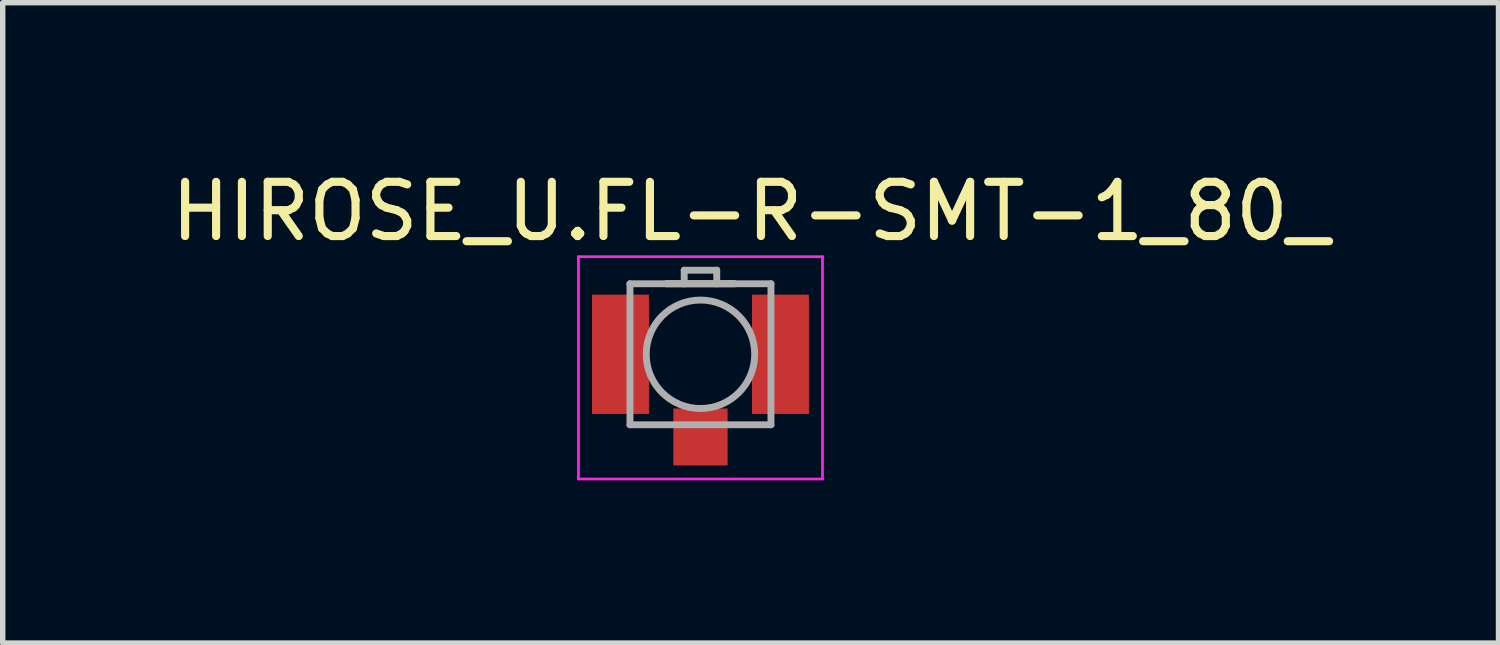
<source format=kicad_pcb>
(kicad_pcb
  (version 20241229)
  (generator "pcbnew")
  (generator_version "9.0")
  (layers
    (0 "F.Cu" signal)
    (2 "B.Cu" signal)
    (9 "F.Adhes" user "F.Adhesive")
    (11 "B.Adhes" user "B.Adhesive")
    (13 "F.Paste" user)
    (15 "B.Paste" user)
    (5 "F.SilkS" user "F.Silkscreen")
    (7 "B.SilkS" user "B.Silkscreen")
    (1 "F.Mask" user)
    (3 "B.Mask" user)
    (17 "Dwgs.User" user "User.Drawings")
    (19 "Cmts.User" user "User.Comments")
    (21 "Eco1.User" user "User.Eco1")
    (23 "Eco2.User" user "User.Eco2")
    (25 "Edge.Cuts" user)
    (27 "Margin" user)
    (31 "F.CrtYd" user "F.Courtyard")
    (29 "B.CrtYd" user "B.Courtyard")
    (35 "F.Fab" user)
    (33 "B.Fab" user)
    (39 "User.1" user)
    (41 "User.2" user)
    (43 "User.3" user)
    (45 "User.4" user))
  (footprint "HIROSE_U.FL-R-SMT-1_80_"
    (layer "F.Cu")
    (at 9.867 3.483)
    (property "Reference" "HIROSE_U.FL-R-SMT-1_80_" (at 0.925 -2.635 0) (layer "F.SilkS") (effects (font (size 1 1) (thickness 0.15))))
    (attr smd)
    (fp_line (start -0.63 -1.3) (end 0.63 -1.3) (stroke (width 0.127) (type solid)) (layer "F.SilkS"))
    (fp_poly (pts (xy -1.95 -1) (xy -1.05 -1) (xy -1.05 1) (xy -1.95 1)) (stroke (width 0.01) (type solid)) (fill yes) (layer "F.Paste"))
    (fp_poly (pts (xy -0.4 1.1) (xy 0.4 1.1) (xy 0.4 1.95) (xy -0.4 1.95)) (stroke (width 0.01) (type solid)) (fill yes) (layer "F.Paste"))
    (fp_poly (pts (xy 1.05 -1) (xy 1.95 -1) (xy 1.95 1) (xy 1.05 1)) (stroke (width 0.01) (type solid)) (fill yes) (layer "F.Paste"))
    (fp_line (start -2.25 -1.8) (end 2.25 -1.8) (stroke (width 0.05) (type solid)) (layer "F.CrtYd"))
    (fp_line (start -2.25 2.3) (end -2.25 -1.8) (stroke (width 0.05) (type solid)) (layer "F.CrtYd"))
    (fp_line (start 2.25 -1.8) (end 2.25 2.3) (stroke (width 0.05) (type solid)) (layer "F.CrtYd"))
    (fp_line (start 2.25 2.3) (end -2.25 2.3) (stroke (width 0.05) (type solid)) (layer "F.CrtYd"))
    (fp_line (start -1.3 -1.3) (end -0.3 -1.3) (stroke (width 0.127) (type solid)) (layer "F.Fab"))
    (fp_line (start -1.3 1.3) (end -1.3 -1.3) (stroke (width 0.127) (type solid)) (layer "F.Fab"))
    (fp_line (start -0.3 -1.55) (end 0.3 -1.55) (stroke (width 0.127) (type solid)) (layer "F.Fab"))
    (fp_line (start -0.3 -1.3) (end -0.3 -1.55) (stroke (width 0.127) (type solid)) (layer "F.Fab"))
    (fp_line (start -0.3 -1.3) (end 0.3 -1.3) (stroke (width 0.127) (type solid)) (layer "F.Fab"))
    (fp_line (start 0.3 -1.55) (end 0.3 -1.3) (stroke (width 0.127) (type solid)) (layer "F.Fab"))
    (fp_line (start 0.3 -1.3) (end 1.3 -1.3) (stroke (width 0.127) (type solid)) (layer "F.Fab"))
    (fp_line (start 1.3 -1.3) (end 1.3 1.3) (stroke (width 0.127) (type solid)) (layer "F.Fab"))
    (fp_line (start 1.3 1.3) (end -1.3 1.3) (stroke (width 0.127) (type solid)) (layer "F.Fab"))
    (fp_circle (center 0 0) (end 1 0) (stroke (width 0.127) (type solid)) (fill no) (layer "F.Fab"))
    (pad "G1" smd rect (at -1.475 0) (size 1.05 2.2) (layers "F.Cu" "F.Mask"))
    (pad "G2" smd rect (at 1.475 0) (size 1.05 2.2) (layers "F.Cu" "F.Mask"))
    (pad "SIG" smd rect (at 0 1.525) (size 1 1.05) (layers "F.Cu" "F.Mask"))
    (zone (net_name "") (layer "F.Cu") (hatch full 0.508) (connect_pads) (min_thickness 0.01) (filled_areas_thickness no) (keepout (tracks not_allowed) (vias not_allowed) (pads not_allowed) (copperpour not_allowed) (footprints allowed)) (placement (enabled no)) (fill) (polygon (pts (xy 8.917 2.383) (xy 8.917 4.583) (xy 9.367 4.583) (xy 9.367 4.483) (xy 10.367 4.483) (xy 10.367 4.583) (xy 10.817 4.583) (xy 10.817 2.383))))
    (zone (net_name "") (layers "F.Cu" "B.Cu") (hatch full 0.508) (connect_pads) (min_thickness 0.01) (filled_areas_thickness no) (keepout (tracks allowed) (vias not_allowed) (pads allowed) (copperpour allowed) (footprints allowed)) (placement (enabled no)) (fill) (polygon (pts (xy 8.917 2.383) (xy 8.917 4.583) (xy 9.367 4.583) (xy 9.367 4.483) (xy 10.367 4.483) (xy 10.367 4.583) (xy 10.817 4.583) (xy 10.817 2.383)))))
  (gr_rect
    (start -3 -3)
    (end 24.583 8.808)
    (stroke (width 0.1) (type default))
    (fill no)
    (layer "Edge.Cuts")))
</source>
